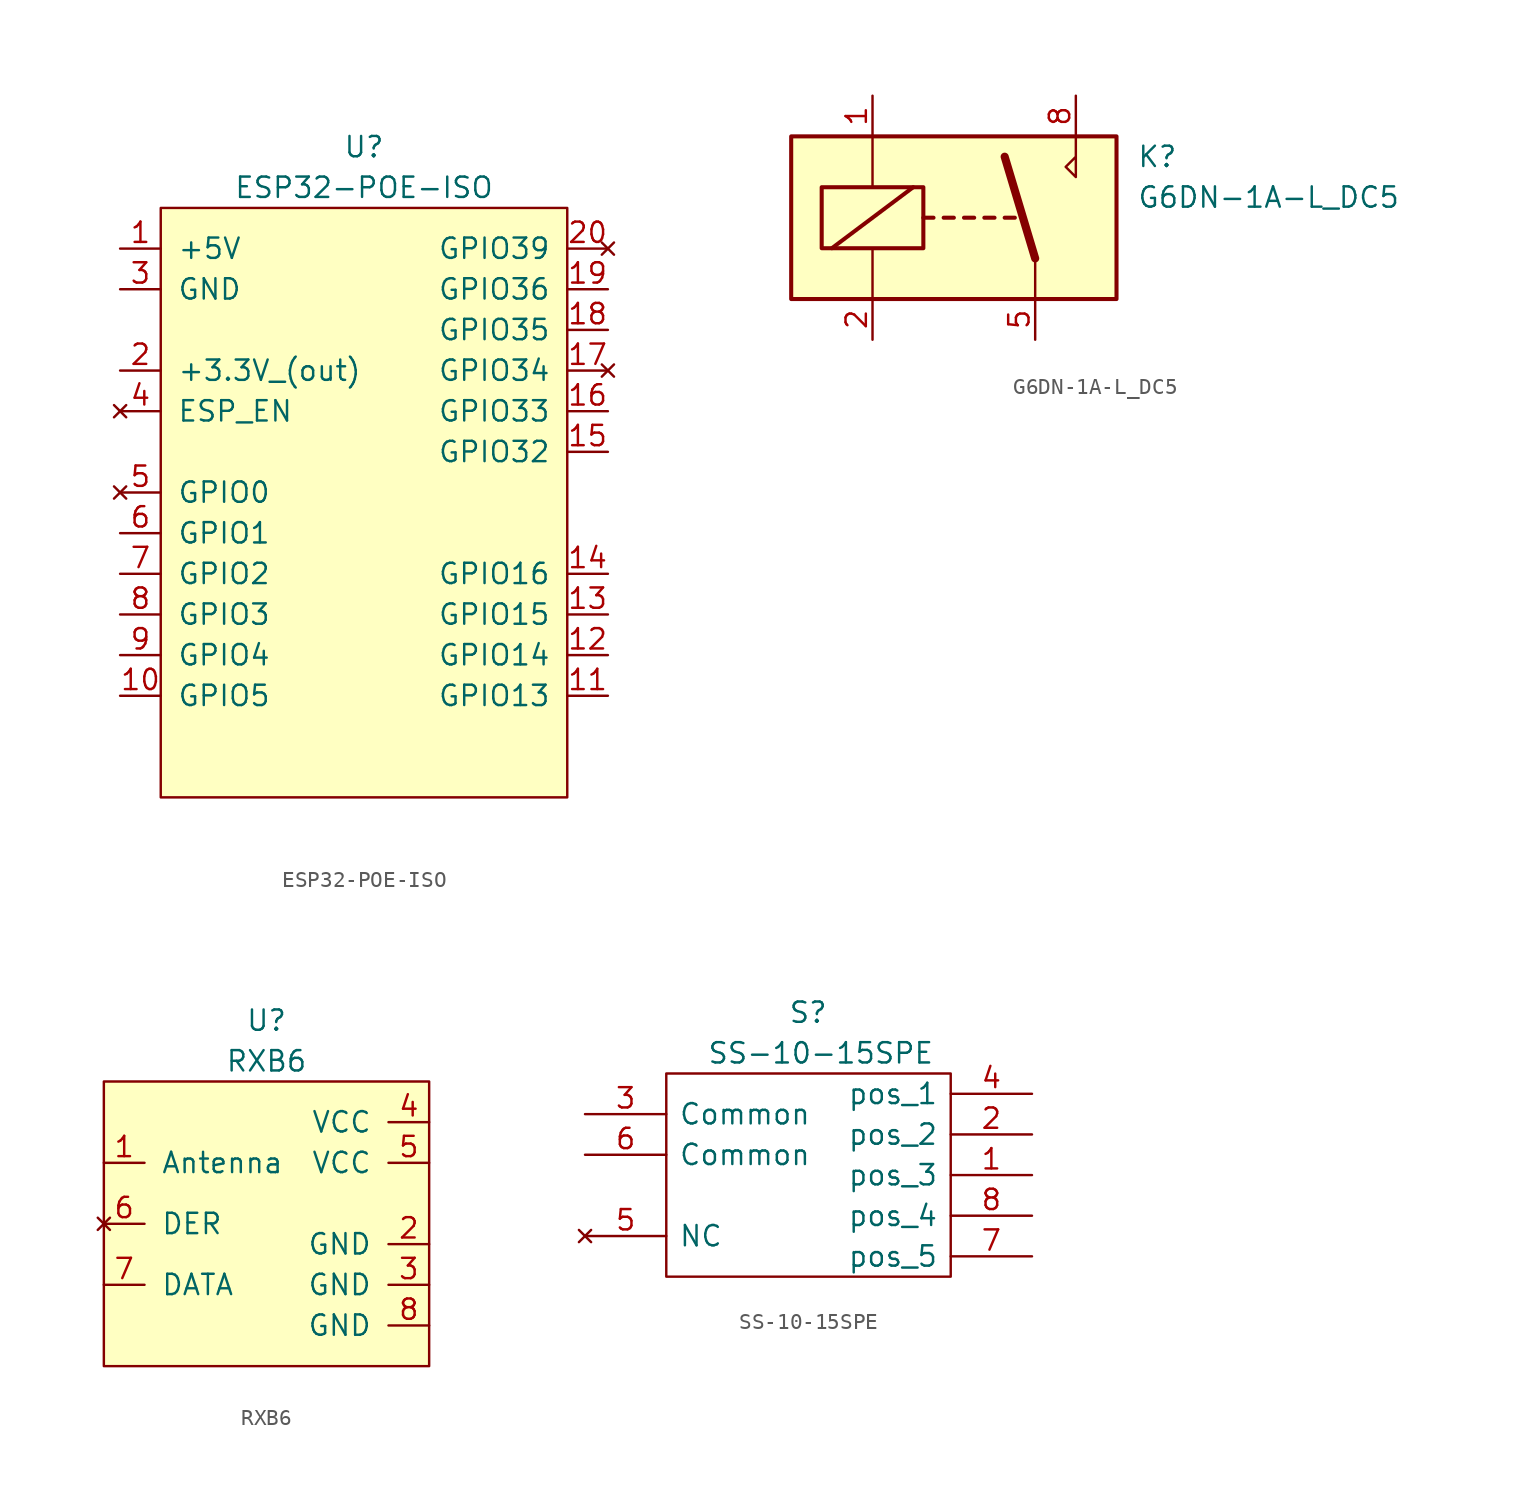
<source format=kicad_sym>
(kicad_symbol_lib
  (version 20220914)
  (generator kicad_symbol_editor)
  (symbol "ESP32-POE-ISO"
    (pin_names
      (offset 1.016))
    (property "Reference" "U"
      (at 0 21.59 0)
      (effects (font (size 1.27 1.27))))
    (property "Value" "ESP32-POE-ISO"
      (at 0 19.05 0)
      (effects (font (size 1.27 1.27))))
    (symbol "ESP32-POE-ISO_0_1"
      (rectangle (start -12.7 17.78) (end 12.7 -19.05) (stroke (width 0) (type default)) (fill (type background))))
    (symbol "ESP32-POE-ISO_1_1"
      (pin power_in line (at -15.24 15.24 0) (length 2.54) (name "+5V" (effects (font (size 1.27 1.27)))) (number "1" (effects (font (size 1.27 1.27)))))
      (pin bidirectional line (at -15.24 -12.7 0) (length 2.54) (name "GPIO5" (effects (font (size 1.27 1.27)))) (number "10" (effects (font (size 1.27 1.27)))))
      (pin bidirectional line (at 15.24 -12.7 180) (length 2.54) (name "GPIO13" (effects (font (size 1.27 1.27)))) (number "11" (effects (font (size 1.27 1.27)))))
      (pin bidirectional line (at 15.24 -10.16 180) (length 2.54) (name "GPIO14" (effects (font (size 1.27 1.27)))) (number "12" (effects (font (size 1.27 1.27)))))
      (pin bidirectional line (at 15.24 -7.62 180) (length 2.54) (name "GPIO15" (effects (font (size 1.27 1.27)))) (number "13" (effects (font (size 1.27 1.27)))))
      (pin bidirectional line (at 15.24 -5.08 180) (length 2.54) (name "GPIO16" (effects (font (size 1.27 1.27)))) (number "14" (effects (font (size 1.27 1.27)))))
      (pin bidirectional line (at 15.24 2.54 180) (length 2.54) (name "GPIO32" (effects (font (size 1.27 1.27)))) (number "15" (effects (font (size 1.27 1.27)))))
      (pin bidirectional line (at 15.24 5.08 180) (length 2.54) (name "GPIO33" (effects (font (size 1.27 1.27)))) (number "16" (effects (font (size 1.27 1.27)))))
      (pin no_connect line (at 15.24 7.62 180) (length 2.54) (name "GPIO34" (effects (font (size 1.27 1.27)))) (number "17" (effects (font (size 1.27 1.27)))))
      (pin bidirectional line (at 15.24 10.16 180) (length 2.54) (name "GPIO35" (effects (font (size 1.27 1.27)))) (number "18" (effects (font (size 1.27 1.27)))))
      (pin bidirectional line (at 15.24 12.7 180) (length 2.54) (name "GPIO36" (effects (font (size 1.27 1.27)))) (number "19" (effects (font (size 1.27 1.27)))))
      (pin power_out line (at -15.24 7.62 0) (length 2.54) (name "+3.3V_(out)" (effects (font (size 1.27 1.27)))) (number "2" (effects (font (size 1.27 1.27)))))
      (pin no_connect line (at 15.24 15.24 180) (length 2.54) (name "GPIO39" (effects (font (size 1.27 1.27)))) (number "20" (effects (font (size 1.27 1.27)))))
      (pin power_in line (at -15.24 12.7 0) (length 2.54) (name "GND" (effects (font (size 1.27 1.27)))) (number "3" (effects (font (size 1.27 1.27)))))
      (pin no_connect line (at -15.24 5.08 0) (length 2.54) (name "ESP_EN" (effects (font (size 1.27 1.27)))) (number "4" (effects (font (size 1.27 1.27)))))
      (pin no_connect line (at -15.24 0 0) (length 2.54) (name "GPIO0" (effects (font (size 1.27 1.27)))) (number "5" (effects (font (size 1.27 1.27)))))
      (pin bidirectional line (at -15.24 -2.54 0) (length 2.54) (name "GPIO1" (effects (font (size 1.27 1.27)))) (number "6" (effects (font (size 1.27 1.27)))))
      (pin bidirectional line (at -15.24 -5.08 0) (length 2.54) (name "GPIO2" (effects (font (size 1.27 1.27)))) (number "7" (effects (font (size 1.27 1.27)))))
      (pin bidirectional line (at -15.24 -7.62 0) (length 2.54) (name "GPIO3" (effects (font (size 1.27 1.27)))) (number "8" (effects (font (size 1.27 1.27)))))
      (pin bidirectional line (at -15.24 -10.16 0) (length 2.54) (name "GPIO4" (effects (font (size 1.27 1.27)))) (number "9" (effects (font (size 1.27 1.27)))))))
  (symbol "G6DN-1A-L_DC5"
    (property "Reference" "K"
      (at 11.43 3.81 0)
      (effects (font (size 1.27 1.27)) (justify left)))
    (property "Value" "G6DN-1A-L_DC5"
      (at 11.43 1.27 0)
      (effects (font (size 1.27 1.27)) (justify left)))
    (symbol "G6DN-1A-L_DC5_0_0"
      (polyline (pts (xy 7.62 5.08) (xy 7.62 2.54) (xy 6.985 3.175) (xy 7.62 3.81)) (stroke (width 0) (type default)) (fill (type none))))
    (symbol "G6DN-1A-L_DC5_0_1"
      (rectangle (start -10.16 5.08) (end 10.16 -5.08) (stroke (width 0.254) (type default)) (fill (type background)))
      (rectangle (start -8.255 1.905) (end -1.905 -1.905) (stroke (width 0.254) (type default)) (fill (type none)))
      (polyline (pts (xy -7.62 -1.905) (xy -2.54 1.905)) (stroke (width 0.254) (type default)) (fill (type none)))
      (polyline (pts (xy -5.08 -5.08) (xy -5.08 -1.905)) (stroke (width 0) (type default)) (fill (type none)))
      (polyline (pts (xy -5.08 5.08) (xy -5.08 1.905)) (stroke (width 0) (type default)) (fill (type none)))
      (polyline (pts (xy -1.905 0) (xy -1.27 0)) (stroke (width 0.254) (type default)) (fill (type none)))
      (polyline (pts (xy -0.635 0) (xy 0 0)) (stroke (width 0.254) (type default)) (fill (type none)))
      (polyline (pts (xy 0.635 0) (xy 1.27 0)) (stroke (width 0.254) (type default)) (fill (type none)))
      (polyline (pts (xy 1.905 0) (xy 2.54 0)) (stroke (width 0.254) (type default)) (fill (type none)))
      (polyline (pts (xy 3.175 0) (xy 3.81 0)) (stroke (width 0.254) (type default)) (fill (type none)))
      (polyline (pts (xy 5.08 -2.54) (xy 3.175 3.81)) (stroke (width 0.508) (type default)) (fill (type none)))
      (polyline (pts (xy 5.08 -2.54) (xy 5.08 -5.08)) (stroke (width 0) (type default)) (fill (type none))))
    (symbol "G6DN-1A-L_DC5_1_1"
      (pin passive line (at -5.08 7.62 270) (length 2.54) (name "~" (effects (font (size 1.27 1.27)))) (number "1" (effects (font (size 1.27 1.27)))))
      (pin passive line (at -5.08 -7.62 90) (length 2.54) (name "~" (effects (font (size 1.27 1.27)))) (number "2" (effects (font (size 1.27 1.27)))))
      (pin passive line (at 5.08 -7.62 90) (length 2.54) (name "~" (effects (font (size 1.27 1.27)))) (number "5" (effects (font (size 1.27 1.27)))))
      (pin passive line (at 7.62 7.62 270) (length 2.54) (name "~" (effects (font (size 1.27 1.27)))) (number "8" (effects (font (size 1.27 1.27)))))))
  (symbol "RXB6"
    (pin_names
      (offset 1.016))
    (property "Reference" "U"
      (at 0 12.7 0)
      (effects (font (size 1.27 1.27))))
    (property "Value" "RXB6"
      (at 0 10.16 0)
      (effects (font (size 1.27 1.27))))
    (symbol "RXB6_0_1"
      (rectangle (start -10.16 8.89) (end 10.16 -8.89) (stroke (width 0) (type default)) (fill (type background))))
    (symbol "RXB6_1_1"
      (pin passive line (at -10.16 3.81 0) (length 2.54) (name "Antenna" (effects (font (size 1.27 1.27)))) (number "1" (effects (font (size 1.27 1.27)))))
      (pin power_in line (at 10.16 -1.27 180) (length 2.54) (name "GND" (effects (font (size 1.27 1.27)))) (number "2" (effects (font (size 1.27 1.27)))))
      (pin power_in line (at 10.16 -3.81 180) (length 2.54) (name "GND" (effects (font (size 1.27 1.27)))) (number "3" (effects (font (size 1.27 1.27)))))
      (pin power_in line (at 10.16 6.35 180) (length 2.54) (name "VCC" (effects (font (size 1.27 1.27)))) (number "4" (effects (font (size 1.27 1.27)))))
      (pin power_in line (at 10.16 3.81 180) (length 2.54) (name "VCC" (effects (font (size 1.27 1.27)))) (number "5" (effects (font (size 1.27 1.27)))))
      (pin no_connect line (at -10.16 0 0) (length 2.54) (name "DER" (effects (font (size 1.27 1.27)))) (number "6" (effects (font (size 1.27 1.27)))))
      (pin output line (at -10.16 -3.81 0) (length 2.54) (name "DATA" (effects (font (size 1.27 1.27)))) (number "7" (effects (font (size 1.27 1.27)))))
      (pin power_in line (at 10.16 -6.35 180) (length 2.54) (name "GND" (effects (font (size 1.27 1.27)))) (number "8" (effects (font (size 1.27 1.27)))))))
  (symbol "SS-10-15SPE"
    (pin_names
      (offset 0.762))
    (property "Reference" "S"
      (at -1.27 10.16 0)
      (effects (font (size 1.27 1.27)) (justify left)))
    (property "Value" "SS-10-15SPE"
      (at -6.35 7.62 0)
      (effects (font (size 1.27 1.27)) (justify left)))
    (symbol "SS-10-15SPE_0_0"
      (pin passive line (at 13.97 0 180) (length 5.08) (name "pos_3" (effects (font (size 1.27 1.27)))) (number "1" (effects (font (size 1.27 1.27)))))
      (pin passive line (at 13.97 2.54 180) (length 5.08) (name "pos_2" (effects (font (size 1.27 1.27)))) (number "2" (effects (font (size 1.27 1.27)))))
      (pin passive line (at -13.97 3.81 0) (length 5.08) (name "Common" (effects (font (size 1.27 1.27)))) (number "3" (effects (font (size 1.27 1.27)))))
      (pin passive line (at 13.97 5.08 180) (length 5.08) (name "pos_1" (effects (font (size 1.27 1.27)))) (number "4" (effects (font (size 1.27 1.27)))))
      (pin no_connect line (at -13.97 -3.81 0) (length 5.08) (name "NC" (effects (font (size 1.27 1.27)))) (number "5" (effects (font (size 1.27 1.27)))))
      (pin passive line (at -13.97 1.27 0) (length 5.08) (name "Common" (effects (font (size 1.27 1.27)))) (number "6" (effects (font (size 1.27 1.27)))))
      (pin passive line (at 13.97 -5.08 180) (length 5.08) (name "pos_5" (effects (font (size 1.27 1.27)))) (number "7" (effects (font (size 1.27 1.27)))))
      (pin passive line (at 13.97 -2.54 180) (length 5.08) (name "pos_4" (effects (font (size 1.27 1.27)))) (number "8" (effects (font (size 1.27 1.27))))))
    (symbol "SS-10-15SPE_0_1"
      (polyline (pts (xy -8.89 6.35) (xy 8.89 6.35) (xy 8.89 -6.35) (xy -8.89 -6.35) (xy -8.89 6.35)) (stroke (width 0.152) (type default)) (fill (type none))))))
</source>
